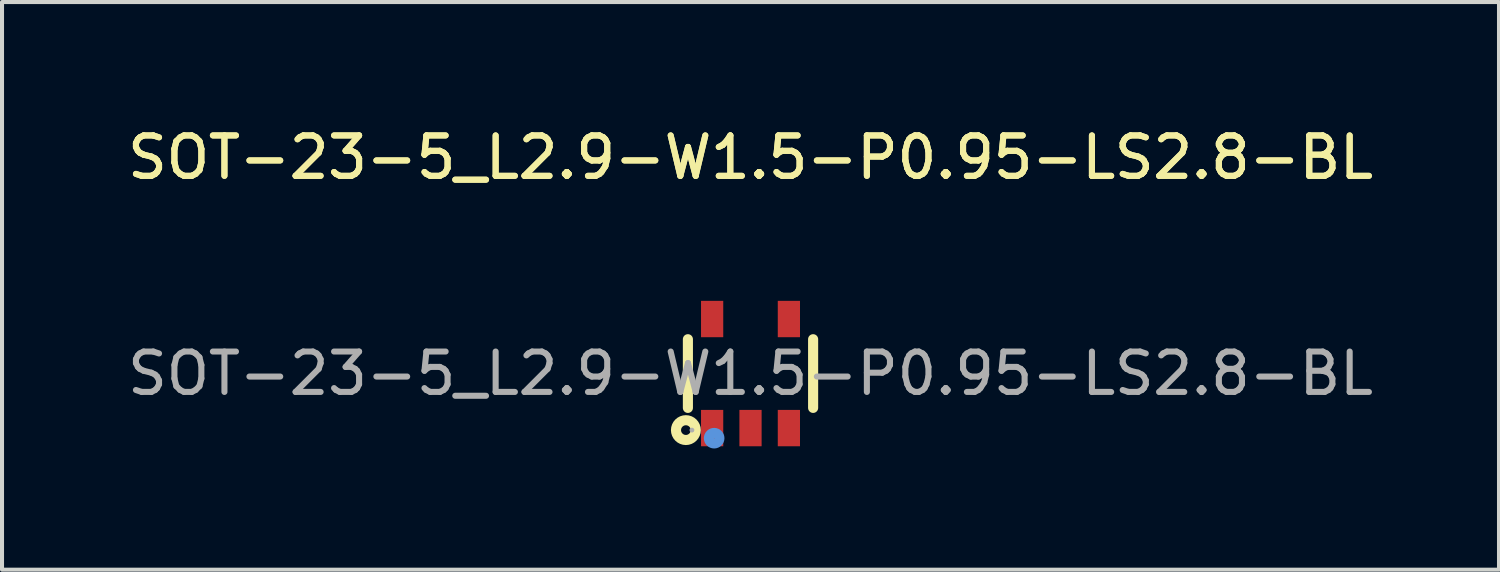
<source format=kicad_pcb>
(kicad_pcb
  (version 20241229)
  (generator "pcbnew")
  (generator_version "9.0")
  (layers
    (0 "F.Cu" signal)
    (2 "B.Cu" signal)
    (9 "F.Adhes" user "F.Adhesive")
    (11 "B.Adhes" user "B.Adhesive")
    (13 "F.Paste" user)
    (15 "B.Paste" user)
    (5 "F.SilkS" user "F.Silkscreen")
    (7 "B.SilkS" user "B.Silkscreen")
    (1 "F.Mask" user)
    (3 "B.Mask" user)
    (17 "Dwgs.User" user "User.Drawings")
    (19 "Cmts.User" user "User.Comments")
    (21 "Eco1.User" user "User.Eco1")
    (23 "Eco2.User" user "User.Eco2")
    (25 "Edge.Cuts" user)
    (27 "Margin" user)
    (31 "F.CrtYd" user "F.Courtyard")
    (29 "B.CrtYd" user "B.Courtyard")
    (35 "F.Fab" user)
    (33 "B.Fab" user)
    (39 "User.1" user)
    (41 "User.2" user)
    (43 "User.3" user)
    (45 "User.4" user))
  (footprint "SOT-23-5_L2.9-W1.5-P0.95-LS2.8-BL"
    (layer "F.Cu")
    (at 15.53 6.198)
    (property "Reference" "SOT-23-5_L2.9-W1.5-P0.95-LS2.8-BL" (at 0 -5.35 0) (layer "F.SilkS") (effects (font (size 1 1) (thickness 0.15))))
    (attr smd)
    (fp_line (start -1.55 0.85) (end -1.55 -0.85) (stroke (width 0.25) (type solid)) (layer "F.SilkS"))
    (fp_line (start 1.55 -0.85) (end 1.55 0.85) (stroke (width 0.25) (type solid)) (layer "F.SilkS"))
    (fp_circle (center -1.6 1.4) (end -1.48 1.4) (stroke (width 0.25) (type solid)) (fill no) (layer "F.SilkS"))
    (fp_circle (center -0.9 1.6) (end -0.77 1.6) (stroke (width 0.25) (type solid)) (fill no) (layer "Cmts.User"))
    (fp_circle (center -1.45 1.4) (end -1.42 1.4) (stroke (width 0.06) (type solid)) (fill no) (layer "F.Fab"))
    (fp_text user "${REFERENCE}" (at 0 -5.35 0) (layer "F.SilkS") (effects (font (size 1 1) (thickness 0.15))))
    (fp_text user "${REFERENCE}" (at 0 0 0) (layer "F.Fab") (effects (font (size 1 1) (thickness 0.15))))
    (pad "1" smd rect (at -0.95 1.35) (size 0.55 0.9) (layers "F.Cu" "F.Mask" "F.Paste"))
    (pad "2" smd rect (at 0 1.35) (size 0.55 0.9) (layers "F.Cu" "F.Mask" "F.Paste"))
    (pad "3" smd rect (at 0.95 1.35) (size 0.55 0.9) (layers "F.Cu" "F.Mask" "F.Paste"))
    (pad "4" smd rect (at 0.95 -1.35) (size 0.55 0.9) (layers "F.Cu" "F.Mask" "F.Paste"))
    (pad "5" smd rect (at -0.95 -1.35) (size 0.55 0.9) (layers "F.Cu" "F.Mask" "F.Paste")))
  (gr_rect
    (start -3 -3)
    (end 34.06 11.053)
    (stroke (width 0.1) (type default))
    (fill no)
    (layer "Edge.Cuts")))
</source>
